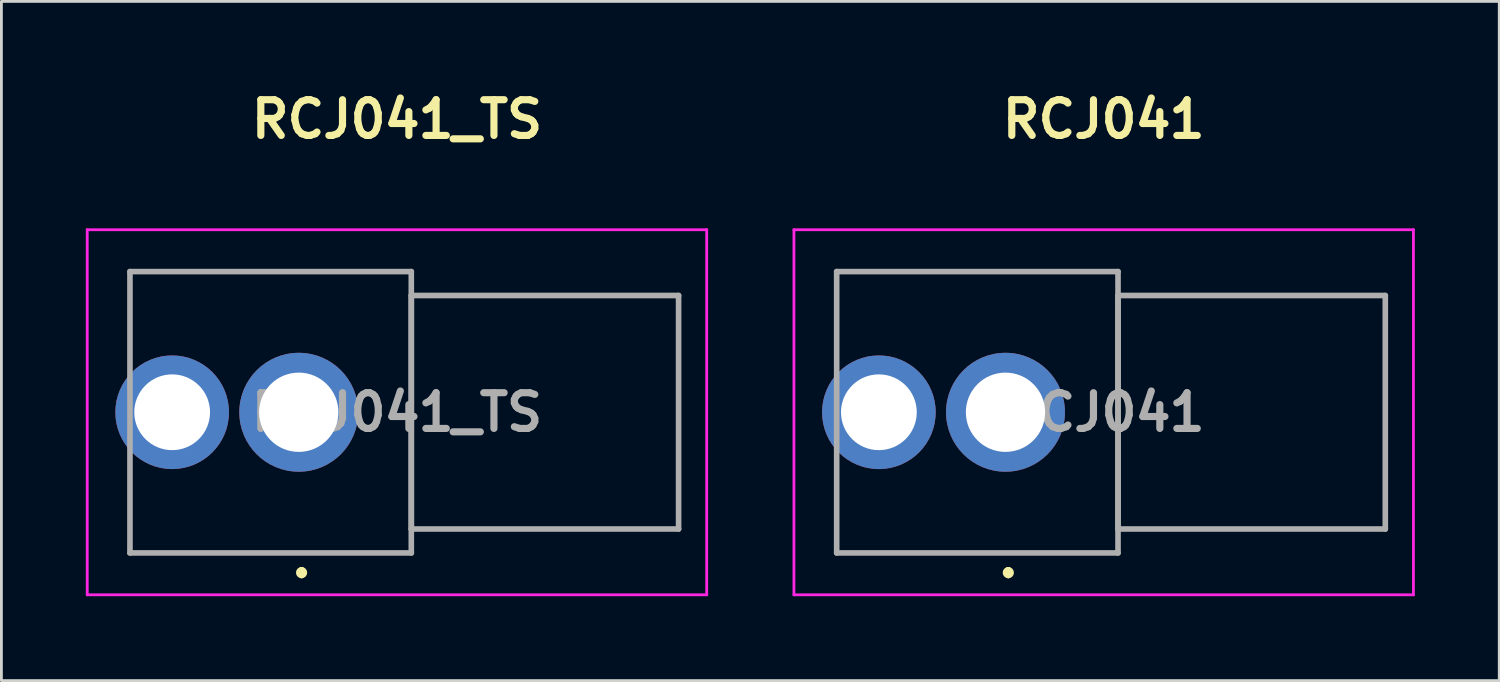
<source format=kicad_pcb>
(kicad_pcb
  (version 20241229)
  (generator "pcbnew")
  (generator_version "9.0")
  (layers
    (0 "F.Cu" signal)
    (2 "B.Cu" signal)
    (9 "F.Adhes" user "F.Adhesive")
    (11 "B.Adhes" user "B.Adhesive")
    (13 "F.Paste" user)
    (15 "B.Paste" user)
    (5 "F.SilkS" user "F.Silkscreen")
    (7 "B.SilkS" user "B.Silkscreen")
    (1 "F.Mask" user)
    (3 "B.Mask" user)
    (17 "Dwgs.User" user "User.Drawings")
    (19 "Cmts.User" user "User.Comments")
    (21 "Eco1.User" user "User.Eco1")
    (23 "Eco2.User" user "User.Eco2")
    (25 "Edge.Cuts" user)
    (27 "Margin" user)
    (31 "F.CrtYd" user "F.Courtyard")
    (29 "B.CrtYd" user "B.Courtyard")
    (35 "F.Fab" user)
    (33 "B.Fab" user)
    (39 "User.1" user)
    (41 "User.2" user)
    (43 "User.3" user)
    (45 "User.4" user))
  (footprint "RCJ041_TS"
    (layer "F.Cu")
    (at 7.569 11.603)
    (property "Reference" "RCJ041_TS" (at 3.49 -10.414 0) (layer "F.SilkS") (effects (font (size 1.27 1.27) (thickness 0.254))))
    (attr through_hole)
    (fp_line (start -6 -5) (end 1.5 -5) (stroke (width 0.1) (type solid)) (layer "F.SilkS"))
    (fp_line (start -6 -2.5) (end -6 -5) (stroke (width 0.1) (type solid)) (layer "F.SilkS"))
    (fp_line (start -6 2.5) (end -6 5) (stroke (width 0.1) (type solid)) (layer "F.SilkS"))
    (fp_line (start -6 5) (end 1.5 5) (stroke (width 0.1) (type solid)) (layer "F.SilkS"))
    (fp_line (start 0.1 5.6) (end 0.1 5.6) (stroke (width 0.2) (type solid)) (layer "F.SilkS"))
    (fp_line (start 0.1 5.8) (end 0.1 5.8) (stroke (width 0.2) (type solid)) (layer "F.SilkS"))
    (fp_line (start 4 2) (end 4 -2) (stroke (width 0.1) (type solid)) (layer "F.SilkS"))
    (fp_arc (start 0.1 5.6) (mid 0.2 5.7) (end 0.1 5.8) (stroke (width 0.2) (type solid)) (layer "F.SilkS"))
    (fp_arc (start 0.1 5.8) (mid 0 5.7) (end 0.1 5.6) (stroke (width 0.2) (type solid)) (layer "F.SilkS"))
    (fp_line (start -7.519 -6.488) (end 14.5 -6.488) (stroke (width 0.1) (type solid)) (layer "F.CrtYd"))
    (fp_line (start -7.519 6.488) (end -7.519 -6.488) (stroke (width 0.1) (type solid)) (layer "F.CrtYd"))
    (fp_line (start 14.5 -6.488) (end 14.5 6.488) (stroke (width 0.1) (type solid)) (layer "F.CrtYd"))
    (fp_line (start 14.5 6.488) (end -7.519 6.488) (stroke (width 0.1) (type solid)) (layer "F.CrtYd"))
    (fp_line (start -6 -5) (end 4 -5) (stroke (width 0.2) (type solid)) (layer "F.Fab"))
    (fp_line (start -6 5) (end -6 -5) (stroke (width 0.2) (type solid)) (layer "F.Fab"))
    (fp_line (start 4 -5) (end 4 5) (stroke (width 0.2) (type solid)) (layer "F.Fab"))
    (fp_line (start 4 -4.15) (end 4 4.15) (stroke (width 0.2) (type solid)) (layer "F.Fab"))
    (fp_line (start 4 4.15) (end 13.5 4.15) (stroke (width 0.2) (type solid)) (layer "F.Fab"))
    (fp_line (start 4 5) (end -6 5) (stroke (width 0.2) (type solid)) (layer "F.Fab"))
    (fp_line (start 13.5 -4.15) (end 4 -4.15) (stroke (width 0.2) (type solid)) (layer "F.Fab"))
    (fp_line (start 13.5 4.15) (end 13.5 -4.15) (stroke (width 0.2) (type solid)) (layer "F.Fab"))
    (fp_text user "${REFERENCE}" (at 3.49 0 0) (layer "F.Fab") (effects (font (size 1.27 1.27) (thickness 0.254))))
    (pad "" np_thru_hole circle (at 3.15 -4.25) (size 0.001 0.001) (drill 2.476) (layers "*.Cu" "*.Mask"))
    (pad "" np_thru_hole circle (at 3.15 4.25) (size 0.001 0.001) (drill 2.476) (layers "*.Cu" "*.Mask"))
    (pad "S" thru_hole circle (at 0 0) (size 4.227 4.227) (drill 2.818) (layers "*.Cu" "*.Mask"))
    (pad "T" thru_hole circle (at -4.5 0) (size 4.039 4.039) (drill 2.693) (layers "*.Cu" "*.Mask")))
  (footprint "RCJ041"
    (layer "F.Cu")
    (at 32.688 11.603)
    (property "Reference" "RCJ041" (at 3.49 -10.414 0) (layer "F.SilkS") (effects (font (size 1.27 1.27) (thickness 0.254))))
    (attr through_hole)
    (fp_line (start -6 -5) (end 1.5 -5) (stroke (width 0.1) (type solid)) (layer "F.SilkS"))
    (fp_line (start -6 -2.5) (end -6 -5) (stroke (width 0.1) (type solid)) (layer "F.SilkS"))
    (fp_line (start -6 2.5) (end -6 5) (stroke (width 0.1) (type solid)) (layer "F.SilkS"))
    (fp_line (start -6 5) (end 1.5 5) (stroke (width 0.1) (type solid)) (layer "F.SilkS"))
    (fp_line (start 0.1 5.6) (end 0.1 5.6) (stroke (width 0.2) (type solid)) (layer "F.SilkS"))
    (fp_line (start 0.1 5.8) (end 0.1 5.8) (stroke (width 0.2) (type solid)) (layer "F.SilkS"))
    (fp_line (start 4 2) (end 4 -2) (stroke (width 0.1) (type solid)) (layer "F.SilkS"))
    (fp_arc (start 0.1 5.6) (mid 0.2 5.7) (end 0.1 5.8) (stroke (width 0.2) (type solid)) (layer "F.SilkS"))
    (fp_arc (start 0.1 5.8) (mid 0 5.7) (end 0.1 5.6) (stroke (width 0.2) (type solid)) (layer "F.SilkS"))
    (fp_line (start -7.519 -6.488) (end 14.5 -6.488) (stroke (width 0.1) (type solid)) (layer "F.CrtYd"))
    (fp_line (start -7.519 6.488) (end -7.519 -6.488) (stroke (width 0.1) (type solid)) (layer "F.CrtYd"))
    (fp_line (start 14.5 -6.488) (end 14.5 6.488) (stroke (width 0.1) (type solid)) (layer "F.CrtYd"))
    (fp_line (start 14.5 6.488) (end -7.519 6.488) (stroke (width 0.1) (type solid)) (layer "F.CrtYd"))
    (fp_line (start -6 -5) (end 4 -5) (stroke (width 0.2) (type solid)) (layer "F.Fab"))
    (fp_line (start -6 5) (end -6 -5) (stroke (width 0.2) (type solid)) (layer "F.Fab"))
    (fp_line (start 4 -5) (end 4 5) (stroke (width 0.2) (type solid)) (layer "F.Fab"))
    (fp_line (start 4 -4.15) (end 4 4.15) (stroke (width 0.2) (type solid)) (layer "F.Fab"))
    (fp_line (start 4 4.15) (end 13.5 4.15) (stroke (width 0.2) (type solid)) (layer "F.Fab"))
    (fp_line (start 4 5) (end -6 5) (stroke (width 0.2) (type solid)) (layer "F.Fab"))
    (fp_line (start 13.5 -4.15) (end 4 -4.15) (stroke (width 0.2) (type solid)) (layer "F.Fab"))
    (fp_line (start 13.5 4.15) (end 13.5 -4.15) (stroke (width 0.2) (type solid)) (layer "F.Fab"))
    (fp_text user "${REFERENCE}" (at 3.49 0 0) (layer "F.Fab") (effects (font (size 1.27 1.27) (thickness 0.254))))
    (pad "" np_thru_hole circle (at 3.15 -4.25) (size 0.001 0.001) (drill 2.476) (layers "*.Cu" "*.Mask"))
    (pad "" np_thru_hole circle (at 3.15 4.25) (size 0.001 0.001) (drill 2.476) (layers "*.Cu" "*.Mask"))
    (pad "1" thru_hole circle (at -4.5 0) (size 4.039 4.039) (drill 2.693) (layers "*.Cu" "*.Mask"))
    (pad "2" thru_hole circle (at 0 0) (size 4.227 4.227) (drill 2.818) (layers "*.Cu" "*.Mask")))
  (gr_rect
    (start -3 -3)
    (end 50.238 21.141)
    (stroke (width 0.1) (type default))
    (fill no)
    (layer "Edge.Cuts")))
</source>
